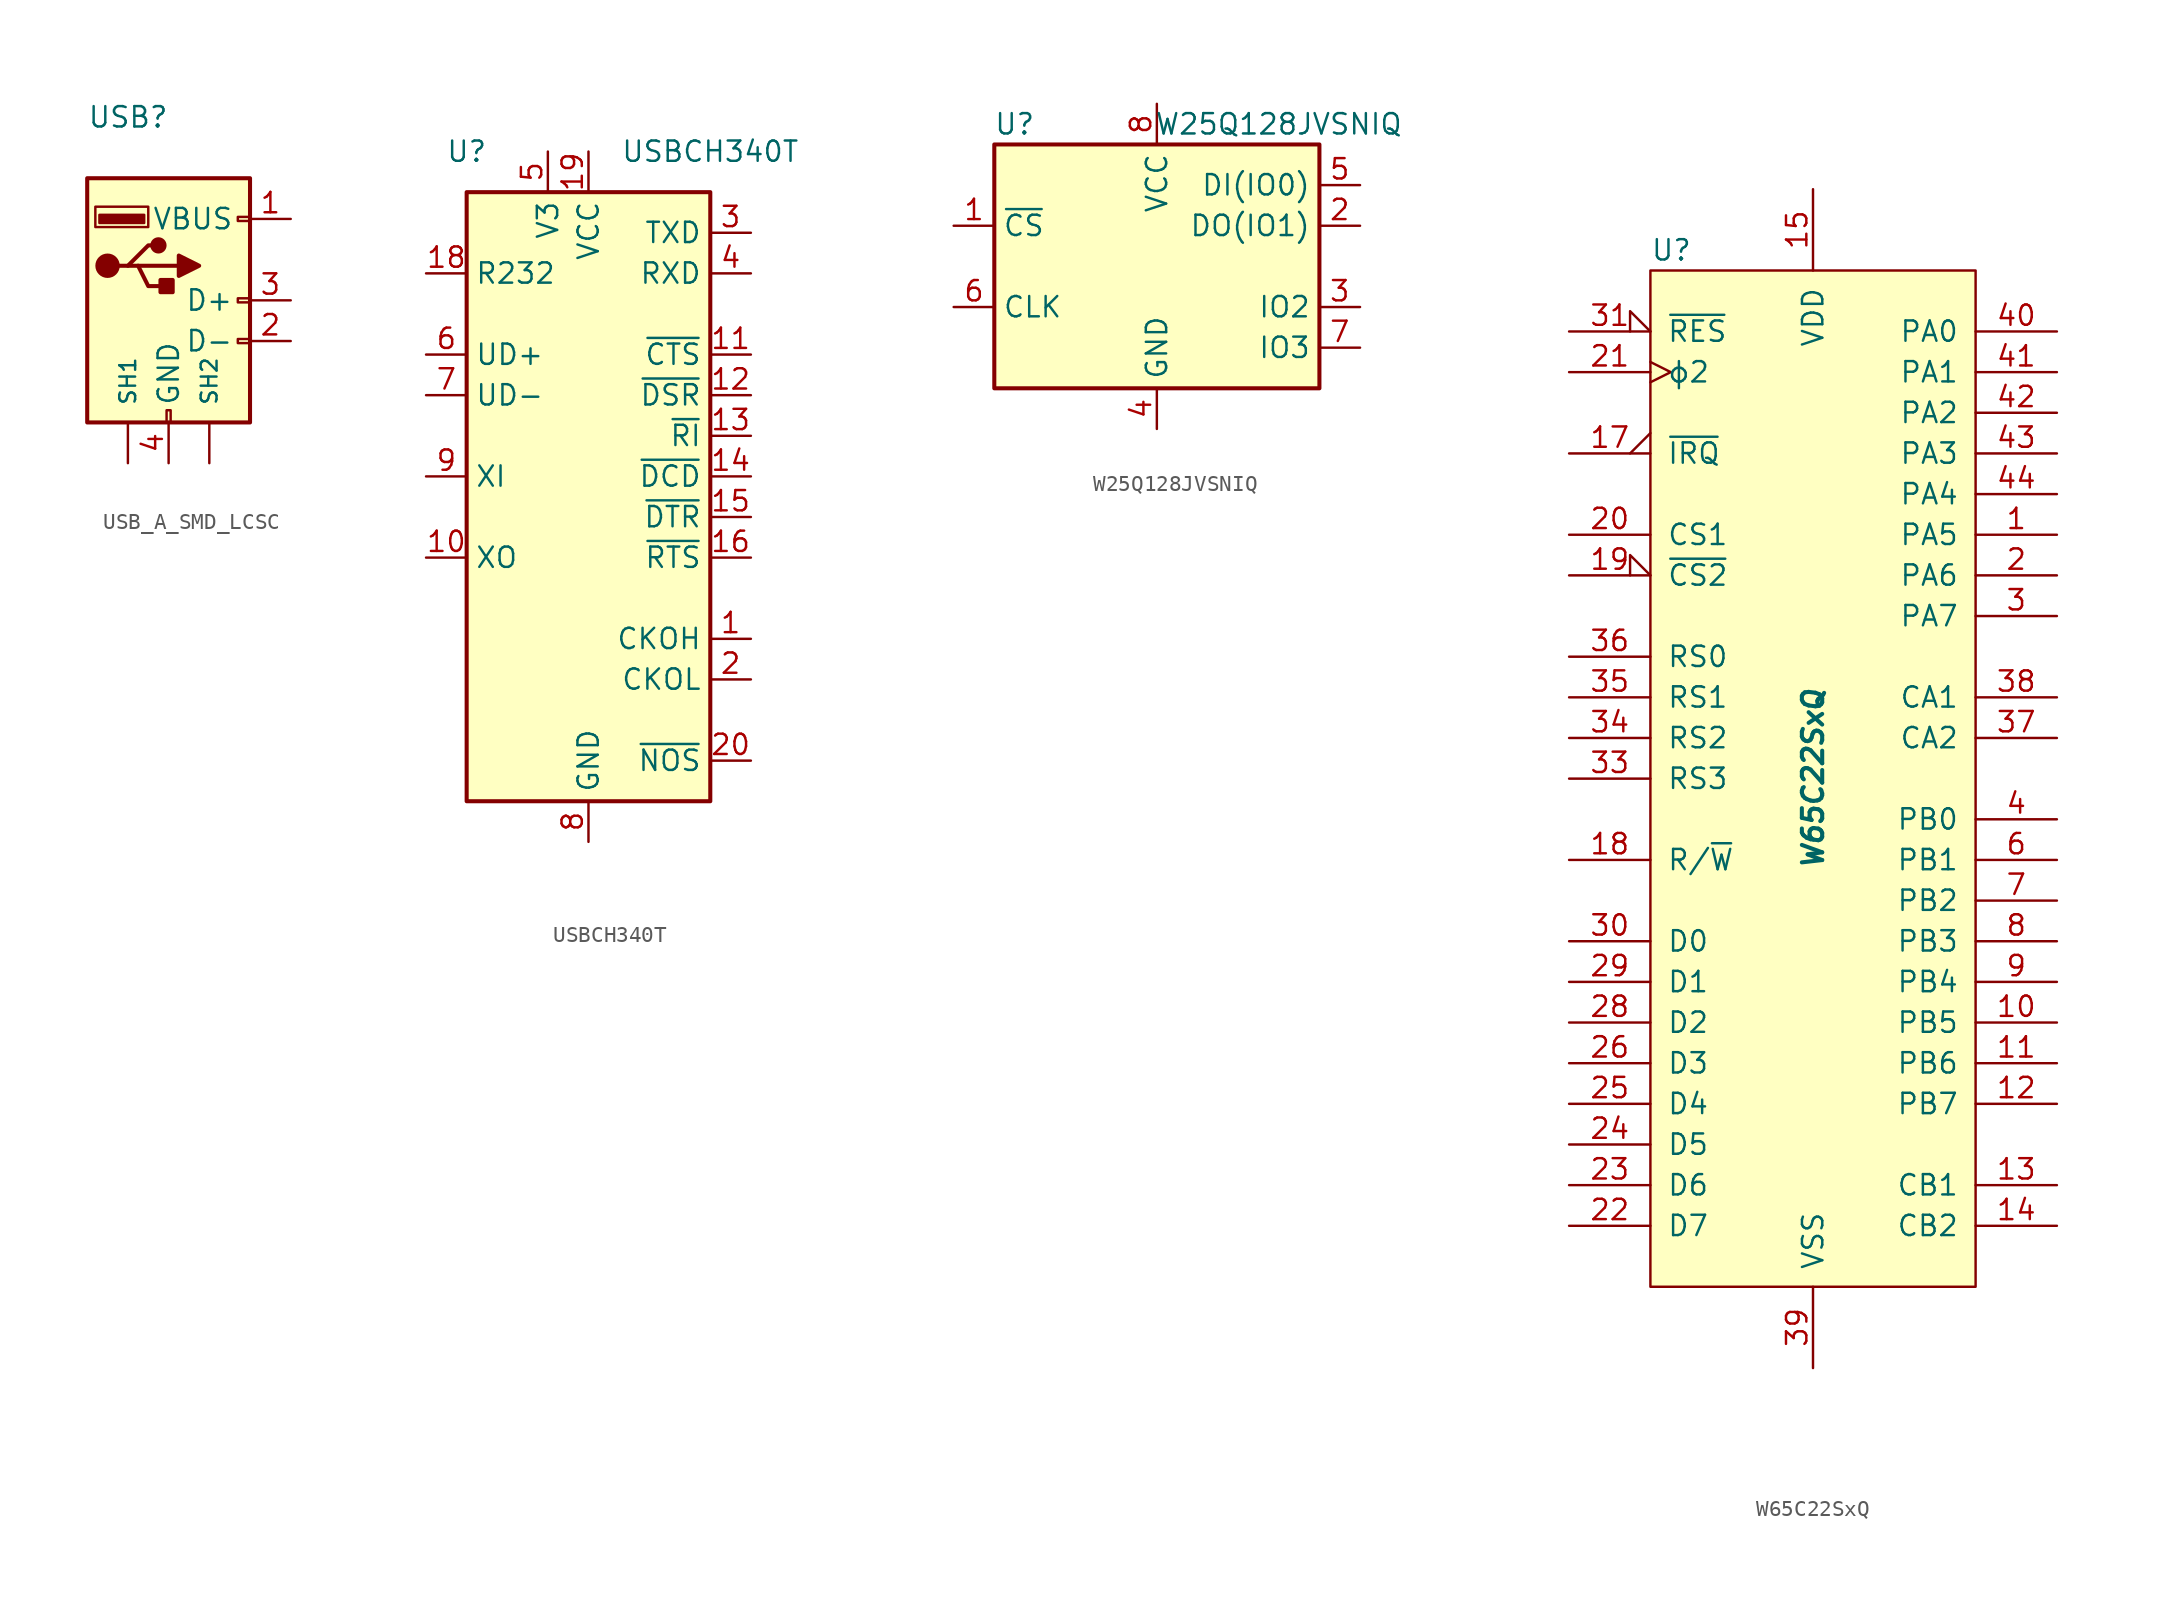
<source format=kicad_sym>
(kicad_symbol_lib
  (version 20241209)
  (generator "kicad_symbol_editor")
  (generator_version "9.0")
  (symbol "USB_A_SMD_LCSC"
    (pin_names
      (offset 1.016))
    (property "Reference" "USB"
      (at -5.08 11.43 0)
      (effects (font (size 1.27 1.27)) (justify left)))
    (symbol "USB_A_SMD_LCSC_0_1"
      (rectangle (start -5.08 -7.62) (end 5.08 7.62) (stroke (width 0.254) (type solid)) (fill (type background)))
      (circle (center -3.81 2.159) (radius 0.635) (stroke (width 0.254) (type solid)) (fill (type outline)))
      (polyline (pts (xy -3.175 2.159) (xy -2.54 2.159) (xy -1.27 3.429) (xy -0.635 3.429)) (stroke (width 0.254) (type solid)) (fill (type none)))
      (polyline (pts (xy -2.54 2.159) (xy -1.905 2.159) (xy -1.27 0.889) (xy 0 0.889)) (stroke (width 0.254) (type solid)) (fill (type none)))
      (rectangle (start -1.524 4.826) (end -4.318 5.334) (stroke (width 0) (type solid)) (fill (type outline)))
      (rectangle (start -1.27 4.572) (end -4.572 5.842) (stroke (width 0) (type solid)) (fill (type none)))
      (circle (center -0.635 3.429) (radius 0.381) (stroke (width 0.254) (type solid)) (fill (type outline)))
      (rectangle (start -0.127 -7.62) (end 0.127 -6.858) (stroke (width 0) (type solid)) (fill (type none)))
      (rectangle (start 0.254 1.27) (end -0.508 0.508) (stroke (width 0.254) (type solid)) (fill (type outline)))
      (polyline (pts (xy 0.635 2.794) (xy 0.635 1.524) (xy 1.905 2.159) (xy 0.635 2.794)) (stroke (width 0.254) (type solid)) (fill (type outline)))
      (rectangle (start 5.08 4.953) (end 4.318 5.207) (stroke (width 0) (type solid)) (fill (type none)))
      (rectangle (start 5.08 -0.127) (end 4.318 0.127) (stroke (width 0) (type solid)) (fill (type none)))
      (rectangle (start 5.08 -2.667) (end 4.318 -2.413) (stroke (width 0) (type solid)) (fill (type none))))
    (symbol "USB_A_SMD_LCSC_1_1"
      (polyline (pts (xy -1.905 2.159) (xy 0.635 2.159)) (stroke (width 0.254) (type solid)) (fill (type none)))
      (pin passive line (at -2.54 -10.16 90) (length 2.54) (name "SH1" (effects (font (size 0.991 0.991)))) (number "~" (effects (font (size 0.991 0.991)))))
      (pin power_in line (at 0 -10.16 90) (length 2.54) (name "GND" (effects (font (size 1.27 1.27)))) (number "4" (effects (font (size 1.27 1.27)))))
      (pin passive line (at 2.54 -10.16 90) (length 2.54) (name "SH2" (effects (font (size 0.991 0.991)))) (number "~" (effects (font (size 0.991 0.991)))))
      (pin power_in line (at 7.62 5.08 180) (length 2.54) (name "VBUS" (effects (font (size 1.27 1.27)))) (number "1" (effects (font (size 1.27 1.27)))))
      (pin bidirectional line (at 7.62 0 180) (length 2.54) (name "D+" (effects (font (size 1.27 1.27)))) (number "3" (effects (font (size 1.27 1.27)))))
      (pin bidirectional line (at 7.62 -2.54 180) (length 2.54) (name "D-" (effects (font (size 1.27 1.27)))) (number "2" (effects (font (size 1.27 1.27)))))))
  (symbol "USBCH340T"
    (property "Reference" "U"
      (at -7.62 22.86 0)
      (effects (font (size 1.27 1.27))))
    (property "Value" "USBCH340T"
      (at 7.62 22.86 0)
      (effects (font (size 1.27 1.27))))
    (symbol "USBCH340T_1_1"
      (rectangle (start -7.62 20.32) (end 7.62 -17.78) (stroke (width 0.254) (type solid)) (fill (type background)))
      (pin input line (at -10.16 15.24 0) (length 2.54) (name "R232" (effects (font (size 1.27 1.27)))) (number "18" (effects (font (size 1.27 1.27)))))
      (pin bidirectional line (at -10.16 10.16 0) (length 2.54) (name "UD+" (effects (font (size 1.27 1.27)))) (number "6" (effects (font (size 1.27 1.27)))))
      (pin bidirectional line (at -10.16 7.62 0) (length 2.54) (name "UD-" (effects (font (size 1.27 1.27)))) (number "7" (effects (font (size 1.27 1.27)))))
      (pin input line (at -10.16 2.54 0) (length 2.54) (name "XI" (effects (font (size 1.27 1.27)))) (number "9" (effects (font (size 1.27 1.27)))))
      (pin output line (at -10.16 -2.54 0) (length 2.54) (name "XO" (effects (font (size 1.27 1.27)))) (number "10" (effects (font (size 1.27 1.27)))))
      (pin no_connect line (at -7.62 -7.62 0) (length 2.54) (hide yes) (name "NC" (effects (font (size 1.27 1.27)))) (number "17" (effects (font (size 1.27 1.27)))))
      (pin passive line (at -2.54 22.86 270) (length 2.54) (name "V3" (effects (font (size 1.27 1.27)))) (number "5" (effects (font (size 1.27 1.27)))))
      (pin power_in line (at 0 22.86 270) (length 2.54) (name "VCC" (effects (font (size 1.27 1.27)))) (number "19" (effects (font (size 1.27 1.27)))))
      (pin power_in line (at 0 -20.32 90) (length 2.54) (name "GND" (effects (font (size 1.27 1.27)))) (number "8" (effects (font (size 1.27 1.27)))))
      (pin output line (at 10.16 17.78 180) (length 2.54) (name "TXD" (effects (font (size 1.27 1.27)))) (number "3" (effects (font (size 1.27 1.27)))))
      (pin input line (at 10.16 15.24 180) (length 2.54) (name "RXD" (effects (font (size 1.27 1.27)))) (number "4" (effects (font (size 1.27 1.27)))))
      (pin input line (at 10.16 10.16 180) (length 2.54) (name "~{CTS}" (effects (font (size 1.27 1.27)))) (number "11" (effects (font (size 1.27 1.27)))))
      (pin input line (at 10.16 7.62 180) (length 2.54) (name "~{DSR}" (effects (font (size 1.27 1.27)))) (number "12" (effects (font (size 1.27 1.27)))))
      (pin input line (at 10.16 5.08 180) (length 2.54) (name "~{RI}" (effects (font (size 1.27 1.27)))) (number "13" (effects (font (size 1.27 1.27)))))
      (pin input line (at 10.16 2.54 180) (length 2.54) (name "~{DCD}" (effects (font (size 1.27 1.27)))) (number "14" (effects (font (size 1.27 1.27)))))
      (pin output line (at 10.16 0 180) (length 2.54) (name "~{DTR}" (effects (font (size 1.27 1.27)))) (number "15" (effects (font (size 1.27 1.27)))))
      (pin output line (at 10.16 -2.54 180) (length 2.54) (name "~{RTS}" (effects (font (size 1.27 1.27)))) (number "16" (effects (font (size 1.27 1.27)))))
      (pin output line (at 10.16 -7.62 180) (length 2.54) (name "CKOH" (effects (font (size 1.27 1.27)))) (number "1" (effects (font (size 1.27 1.27)))))
      (pin output line (at 10.16 -10.16 180) (length 2.54) (name "CKOL" (effects (font (size 1.27 1.27)))) (number "2" (effects (font (size 1.27 1.27)))))
      (pin input line (at 10.16 -15.24 180) (length 2.54) (name "~{NOS}" (effects (font (size 1.27 1.27)))) (number "20" (effects (font (size 1.27 1.27)))))))
  (symbol "W25Q128JVSNIQ"
    (property "Reference" "U"
      (at -8.89 8.89 0)
      (effects (font (size 1.27 1.27))))
    (property "Value" "W25Q128JVSNIQ"
      (at 7.62 8.89 0)
      (effects (font (size 1.27 1.27))))
    (symbol "W25Q128JVSNIQ_0_1"
      (rectangle (start -10.16 7.62) (end 10.16 -7.62) (stroke (width 0.254) (type solid)) (fill (type background))))
    (symbol "W25Q128JVSNIQ_1_1"
      (pin input line (at -12.7 2.54 0) (length 2.54) (name "~{CS}" (effects (font (size 1.27 1.27)))) (number "1" (effects (font (size 1.27 1.27)))))
      (pin input line (at -12.7 -2.54 0) (length 2.54) (name "CLK" (effects (font (size 1.27 1.27)))) (number "6" (effects (font (size 1.27 1.27)))))
      (pin power_in line (at 0 10.16 270) (length 2.54) (name "VCC" (effects (font (size 1.27 1.27)))) (number "8" (effects (font (size 1.27 1.27)))))
      (pin power_in line (at 0 -10.16 90) (length 2.54) (name "GND" (effects (font (size 1.27 1.27)))) (number "4" (effects (font (size 1.27 1.27)))))
      (pin bidirectional line (at 12.7 5.08 180) (length 2.54) (name "DI(IO0)" (effects (font (size 1.27 1.27)))) (number "5" (effects (font (size 1.27 1.27)))))
      (pin bidirectional line (at 12.7 2.54 180) (length 2.54) (name "DO(IO1)" (effects (font (size 1.27 1.27)))) (number "2" (effects (font (size 1.27 1.27)))))
      (pin bidirectional line (at 12.7 -2.54 180) (length 2.54) (name "IO2" (effects (font (size 1.27 1.27)))) (number "3" (effects (font (size 1.27 1.27)))))
      (pin bidirectional line (at 12.7 -5.08 180) (length 2.54) (name "IO3" (effects (font (size 1.27 1.27)))) (number "7" (effects (font (size 1.27 1.27)))))))
  (symbol "W65C22SxQ"
    (pin_names
      (offset 1.016))
    (property "Reference" "U"
      (at -10.16 33.02 0)
      (effects (font (size 1.27 1.27)) (justify left)))
    (property "Value" "W65C22SxQ"
      (at 0 0 90)
      (effects (font (size 1.27 1.27) (bold yes) (italic yes))))
    (symbol "W65C22SxQ_0_1"
      (rectangle (start -10.16 31.75) (end 10.16 -31.75) (stroke (width 0) (type solid)) (fill (type background))))
    (symbol "W65C22SxQ_1_1"
      (pin input input_low (at -15.24 27.94 0) (length 5.08) (name "~{RES}" (effects (font (size 1.27 1.27)))) (number "31" (effects (font (size 1.27 1.27)))))
      (pin input clock (at -15.24 25.4 0) (length 5.08) (name "ϕ2" (effects (font (size 1.27 1.27)))) (number "21" (effects (font (size 1.27 1.27)))))
      (pin output output_low (at -15.24 20.32 0) (length 5.08) (name "~{IRQ}" (effects (font (size 1.27 1.27)))) (number "17" (effects (font (size 1.27 1.27)))))
      (pin input line (at -15.24 15.24 0) (length 5.08) (name "CS1" (effects (font (size 1.27 1.27)))) (number "20" (effects (font (size 1.27 1.27)))))
      (pin input input_low (at -15.24 12.7 0) (length 5.08) (name "~{CS2}" (effects (font (size 1.27 1.27)))) (number "19" (effects (font (size 1.27 1.27)))))
      (pin input line (at -15.24 7.62 0) (length 5.08) (name "RS0" (effects (font (size 1.27 1.27)))) (number "36" (effects (font (size 1.27 1.27)))))
      (pin input line (at -15.24 5.08 0) (length 5.08) (name "RS1" (effects (font (size 1.27 1.27)))) (number "35" (effects (font (size 1.27 1.27)))))
      (pin input line (at -15.24 2.54 0) (length 5.08) (name "RS2" (effects (font (size 1.27 1.27)))) (number "34" (effects (font (size 1.27 1.27)))))
      (pin input line (at -15.24 0 0) (length 5.08) (name "RS3" (effects (font (size 1.27 1.27)))) (number "33" (effects (font (size 1.27 1.27)))))
      (pin input line (at -15.24 -5.08 0) (length 5.08) (name "R/~{W}" (effects (font (size 1.27 1.27)))) (number "18" (effects (font (size 1.27 1.27)))))
      (pin bidirectional line (at -15.24 -10.16 0) (length 5.08) (name "D0" (effects (font (size 1.27 1.27)))) (number "30" (effects (font (size 1.27 1.27)))))
      (pin bidirectional line (at -15.24 -12.7 0) (length 5.08) (name "D1" (effects (font (size 1.27 1.27)))) (number "29" (effects (font (size 1.27 1.27)))))
      (pin bidirectional line (at -15.24 -15.24 0) (length 5.08) (name "D2" (effects (font (size 1.27 1.27)))) (number "28" (effects (font (size 1.27 1.27)))))
      (pin bidirectional line (at -15.24 -17.78 0) (length 5.08) (name "D3" (effects (font (size 1.27 1.27)))) (number "26" (effects (font (size 1.27 1.27)))))
      (pin bidirectional line (at -15.24 -20.32 0) (length 5.08) (name "D4" (effects (font (size 1.27 1.27)))) (number "25" (effects (font (size 1.27 1.27)))))
      (pin bidirectional line (at -15.24 -22.86 0) (length 5.08) (name "D5" (effects (font (size 1.27 1.27)))) (number "24" (effects (font (size 1.27 1.27)))))
      (pin bidirectional line (at -15.24 -25.4 0) (length 5.08) (name "D6" (effects (font (size 1.27 1.27)))) (number "23" (effects (font (size 1.27 1.27)))))
      (pin bidirectional line (at -15.24 -27.94 0) (length 5.08) (name "D7" (effects (font (size 1.27 1.27)))) (number "22" (effects (font (size 1.27 1.27)))))
      (pin no_connect non_logic (at -10.16 22.86 0) (length 2.54) (hide yes) (name "nc" (effects (font (size 1.27 1.27)))) (number "5" (effects (font (size 1.27 1.27)))))
      (pin no_connect non_logic (at -10.16 17.78 0) (length 2.54) (hide yes) (name "nc" (effects (font (size 1.27 1.27)))) (number "16" (effects (font (size 1.27 1.27)))))
      (pin no_connect non_logic (at -10.16 10.16 0) (length 2.54) (hide yes) (name "nc" (effects (font (size 1.27 1.27)))) (number "27" (effects (font (size 1.27 1.27)))))
      (pin no_connect non_logic (at -10.16 -2.54 0) (length 2.54) (hide yes) (name "nc" (effects (font (size 1.27 1.27)))) (number "32" (effects (font (size 1.27 1.27)))))
      (pin power_in line (at 0 36.83 270) (length 5.08) (name "VDD" (effects (font (size 1.27 1.27)))) (number "15" (effects (font (size 1.27 1.27)))))
      (pin power_in line (at 0 -36.83 90) (length 5.08) (name "VSS" (effects (font (size 1.27 1.27)))) (number "39" (effects (font (size 1.27 1.27)))))
      (pin bidirectional line (at 15.24 27.94 180) (length 5.08) (name "PA0" (effects (font (size 1.27 1.27)))) (number "40" (effects (font (size 1.27 1.27)))))
      (pin bidirectional line (at 15.24 25.4 180) (length 5.08) (name "PA1" (effects (font (size 1.27 1.27)))) (number "41" (effects (font (size 1.27 1.27)))))
      (pin bidirectional line (at 15.24 22.86 180) (length 5.08) (name "PA2" (effects (font (size 1.27 1.27)))) (number "42" (effects (font (size 1.27 1.27)))))
      (pin bidirectional line (at 15.24 20.32 180) (length 5.08) (name "PA3" (effects (font (size 1.27 1.27)))) (number "43" (effects (font (size 1.27 1.27)))))
      (pin bidirectional line (at 15.24 17.78 180) (length 5.08) (name "PA4" (effects (font (size 1.27 1.27)))) (number "44" (effects (font (size 1.27 1.27)))))
      (pin bidirectional line (at 15.24 15.24 180) (length 5.08) (name "PA5" (effects (font (size 1.27 1.27)))) (number "1" (effects (font (size 1.27 1.27)))))
      (pin bidirectional line (at 15.24 12.7 180) (length 5.08) (name "PA6" (effects (font (size 1.27 1.27)))) (number "2" (effects (font (size 1.27 1.27)))))
      (pin bidirectional line (at 15.24 10.16 180) (length 5.08) (name "PA7" (effects (font (size 1.27 1.27)))) (number "3" (effects (font (size 1.27 1.27)))))
      (pin input line (at 15.24 5.08 180) (length 5.08) (name "CA1" (effects (font (size 1.27 1.27)))) (number "38" (effects (font (size 1.27 1.27)))))
      (pin bidirectional line (at 15.24 2.54 180) (length 5.08) (name "CA2" (effects (font (size 1.27 1.27)))) (number "37" (effects (font (size 1.27 1.27)))))
      (pin bidirectional line (at 15.24 -2.54 180) (length 5.08) (name "PB0" (effects (font (size 1.27 1.27)))) (number "4" (effects (font (size 1.27 1.27)))))
      (pin bidirectional line (at 15.24 -5.08 180) (length 5.08) (name "PB1" (effects (font (size 1.27 1.27)))) (number "6" (effects (font (size 1.27 1.27)))))
      (pin bidirectional line (at 15.24 -7.62 180) (length 5.08) (name "PB2" (effects (font (size 1.27 1.27)))) (number "7" (effects (font (size 1.27 1.27)))))
      (pin bidirectional line (at 15.24 -10.16 180) (length 5.08) (name "PB3" (effects (font (size 1.27 1.27)))) (number "8" (effects (font (size 1.27 1.27)))))
      (pin bidirectional line (at 15.24 -12.7 180) (length 5.08) (name "PB4" (effects (font (size 1.27 1.27)))) (number "9" (effects (font (size 1.27 1.27)))))
      (pin bidirectional line (at 15.24 -15.24 180) (length 5.08) (name "PB5" (effects (font (size 1.27 1.27)))) (number "10" (effects (font (size 1.27 1.27)))))
      (pin bidirectional line (at 15.24 -17.78 180) (length 5.08) (name "PB6" (effects (font (size 1.27 1.27)))) (number "11" (effects (font (size 1.27 1.27)))))
      (pin bidirectional line (at 15.24 -20.32 180) (length 5.08) (name "PB7" (effects (font (size 1.27 1.27)))) (number "12" (effects (font (size 1.27 1.27)))))
      (pin input line (at 15.24 -25.4 180) (length 5.08) (name "CB1" (effects (font (size 1.27 1.27)))) (number "13" (effects (font (size 1.27 1.27)))))
      (pin bidirectional line (at 15.24 -27.94 180) (length 5.08) (name "CB2" (effects (font (size 1.27 1.27)))) (number "14" (effects (font (size 1.27 1.27))))))))
</source>
